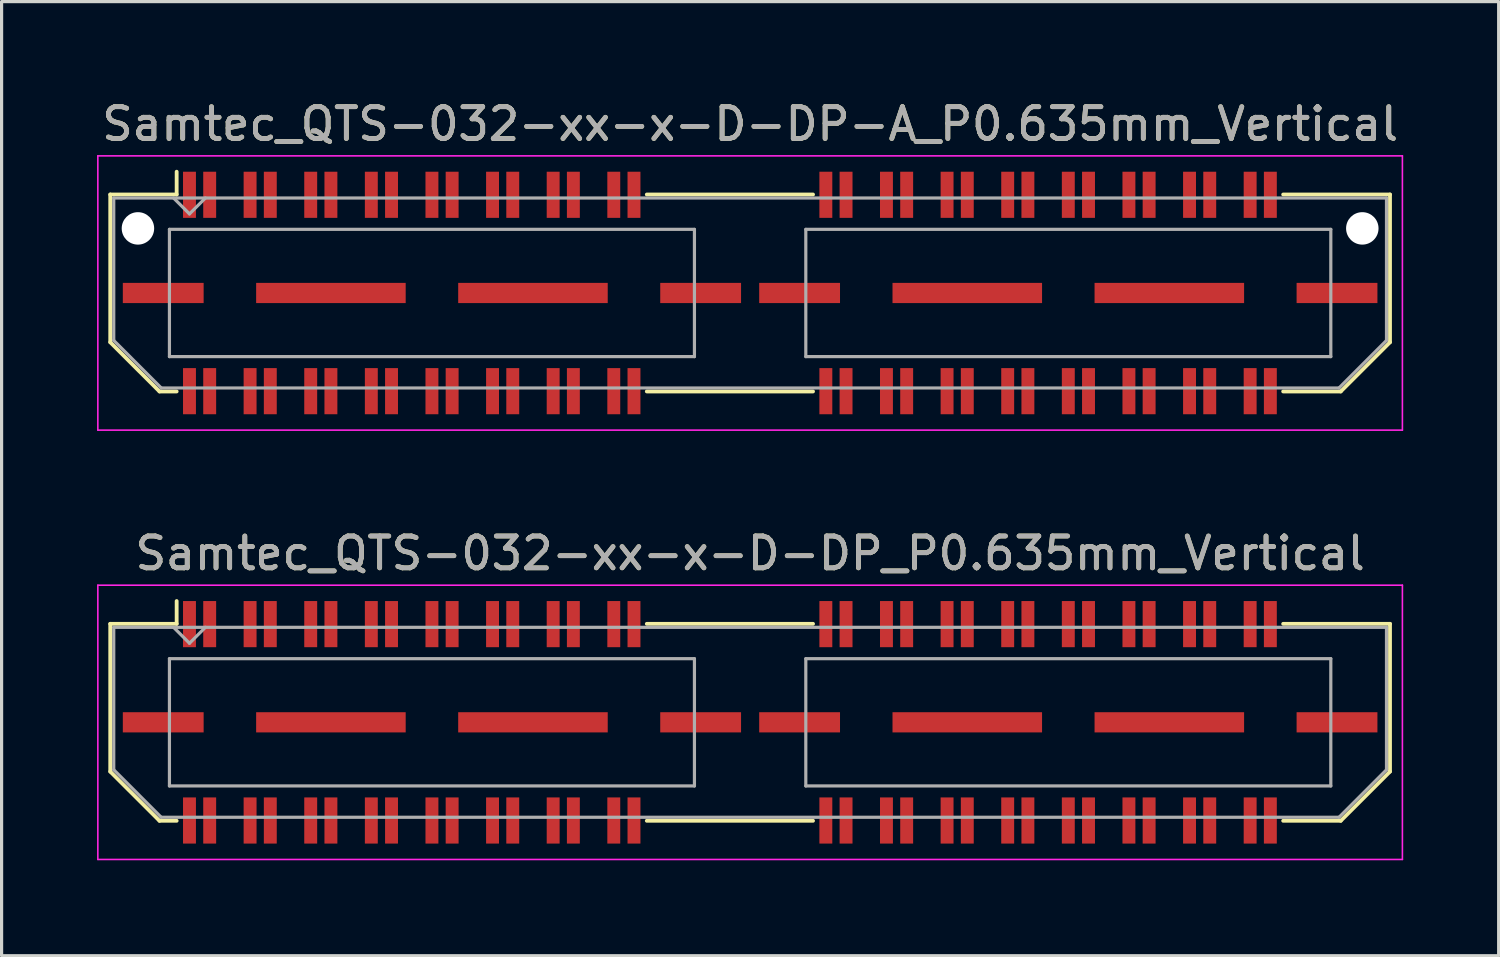
<source format=kicad_pcb>
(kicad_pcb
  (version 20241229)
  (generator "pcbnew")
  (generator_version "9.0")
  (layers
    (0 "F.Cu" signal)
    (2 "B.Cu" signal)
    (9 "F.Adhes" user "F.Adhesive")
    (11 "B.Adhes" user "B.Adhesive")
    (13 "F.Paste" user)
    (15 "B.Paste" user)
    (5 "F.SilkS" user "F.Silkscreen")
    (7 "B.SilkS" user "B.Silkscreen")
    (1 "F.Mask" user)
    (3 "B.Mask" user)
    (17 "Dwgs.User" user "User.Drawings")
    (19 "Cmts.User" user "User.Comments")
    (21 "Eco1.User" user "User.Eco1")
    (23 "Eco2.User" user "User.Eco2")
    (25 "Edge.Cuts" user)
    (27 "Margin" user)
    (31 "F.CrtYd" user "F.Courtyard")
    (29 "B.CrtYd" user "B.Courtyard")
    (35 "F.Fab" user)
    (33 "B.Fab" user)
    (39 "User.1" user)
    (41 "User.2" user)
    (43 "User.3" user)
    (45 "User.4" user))
  (footprint "Samtec_QTS-032-xx-x-D-DP-A_P0.635mm_Vertical"
    (layer "F.Cu")
    (at 20.525 6.158)
    (property "Reference" "Samtec_QTS-032-xx-x-D-DP-A_P0.635mm_Vertical" (at 0 -5.31 0) (layer "F.SilkS") (effects (font (size 1 1) (thickness 0.15))))
    (attr smd)
    (fp_line (start -20.11 -3.095) (end -20.11 1.548) (stroke (width 0.12) (type solid)) (layer "F.SilkS"))
    (fp_line (start -20.11 1.548) (end -18.562 3.095) (stroke (width 0.12) (type solid)) (layer "F.SilkS"))
    (fp_line (start -18.562 3.095) (end -18.023 3.095) (stroke (width 0.12) (type solid)) (layer "F.SilkS"))
    (fp_line (start -18.023 -3.811) (end -18.023 -3.095) (stroke (width 0.12) (type solid)) (layer "F.SilkS"))
    (fp_line (start -18.023 -3.095) (end -20.11 -3.095) (stroke (width 0.12) (type solid)) (layer "F.SilkS"))
    (fp_line (start -3.247 -3.095) (end 1.977 -3.095) (stroke (width 0.12) (type solid)) (layer "F.SilkS"))
    (fp_line (start -3.247 3.095) (end 1.977 3.095) (stroke (width 0.12) (type solid)) (layer "F.SilkS"))
    (fp_line (start 16.753 -3.095) (end 20.11 -3.095) (stroke (width 0.12) (type solid)) (layer "F.SilkS"))
    (fp_line (start 18.562 3.095) (end 16.753 3.095) (stroke (width 0.12) (type solid)) (layer "F.SilkS"))
    (fp_line (start 20.11 -3.095) (end 20.11 1.548) (stroke (width 0.12) (type solid)) (layer "F.SilkS"))
    (fp_line (start 20.11 1.548) (end 18.562 3.095) (stroke (width 0.12) (type solid)) (layer "F.SilkS"))
    (fp_line (start -20.5 -4.31) (end -20.5 4.31) (stroke (width 0.05) (type solid)) (layer "F.CrtYd"))
    (fp_line (start -20.5 4.31) (end 20.5 4.31) (stroke (width 0.05) (type solid)) (layer "F.CrtYd"))
    (fp_line (start 20.5 -4.31) (end -20.5 -4.31) (stroke (width 0.05) (type solid)) (layer "F.CrtYd"))
    (fp_line (start 20.5 4.31) (end 20.5 -4.31) (stroke (width 0.05) (type solid)) (layer "F.CrtYd"))
    (fp_line (start -20 -2.985) (end -20 1.492) (stroke (width 0.1) (type solid)) (layer "F.Fab"))
    (fp_line (start -20 -2.985) (end 20 -2.985) (stroke (width 0.1) (type solid)) (layer "F.Fab"))
    (fp_line (start -20 1.492) (end -18.508 2.985) (stroke (width 0.1) (type solid)) (layer "F.Fab"))
    (fp_line (start -18.508 2.985) (end 18.508 2.985) (stroke (width 0.1) (type solid)) (layer "F.Fab"))
    (fp_line (start -18.25 -2) (end -18.25 2) (stroke (width 0.1) (type solid)) (layer "F.Fab"))
    (fp_line (start -18.25 2) (end -1.75 2) (stroke (width 0.1) (type solid)) (layer "F.Fab"))
    (fp_line (start -17.62 -2.485) (end -18.12 -2.985) (stroke (width 0.1) (type solid)) (layer "F.Fab"))
    (fp_line (start -17.12 -2.985) (end -17.62 -2.485) (stroke (width 0.1) (type solid)) (layer "F.Fab"))
    (fp_line (start -1.75 -2) (end -18.25 -2) (stroke (width 0.1) (type solid)) (layer "F.Fab"))
    (fp_line (start -1.75 2) (end -1.75 -2) (stroke (width 0.1) (type solid)) (layer "F.Fab"))
    (fp_line (start 1.75 -2) (end 1.75 2) (stroke (width 0.1) (type solid)) (layer "F.Fab"))
    (fp_line (start 1.75 2) (end 18.25 2) (stroke (width 0.1) (type solid)) (layer "F.Fab"))
    (fp_line (start 18.25 -2) (end 1.75 -2) (stroke (width 0.1) (type solid)) (layer "F.Fab"))
    (fp_line (start 18.25 2) (end 18.25 -2) (stroke (width 0.1) (type solid)) (layer "F.Fab"))
    (fp_line (start 20 -2.985) (end 20 1.492) (stroke (width 0.1) (type solid)) (layer "F.Fab"))
    (fp_line (start 20 1.492) (end 18.508 2.985) (stroke (width 0.1) (type solid)) (layer "F.Fab"))
    (fp_text user "${REFERENCE}" (at 0 -5.31 0) (layer "F.Fab") (effects (font (size 1 1) (thickness 0.15))))
    (pad "" np_thru_hole circle (at -19.24 -2.03) (size 1.02 1.02) (drill 1.02) (layers "*.Cu" "*.Mask"))
    (pad "" np_thru_hole circle (at 19.24 -2.03) (size 1.02 1.02) (drill 1.02) (layers "*.Cu" "*.Mask"))
    (pad "1" smd rect (at -17.62 -3.086) (size 0.406 1.45) (layers "F.Cu" "F.Mask" "F.Paste"))
    (pad "2" smd rect (at -17.62 3.086) (size 0.406 1.45) (layers "F.Cu" "F.Mask" "F.Paste"))
    (pad "3" smd rect (at -16.985 -3.086) (size 0.406 1.45) (layers "F.Cu" "F.Mask" "F.Paste"))
    (pad "4" smd rect (at -16.985 3.086) (size 0.406 1.45) (layers "F.Cu" "F.Mask" "F.Paste"))
    (pad "5" smd rect (at -15.715 -3.086) (size 0.406 1.45) (layers "F.Cu" "F.Mask" "F.Paste"))
    (pad "6" smd rect (at -15.715 3.086) (size 0.406 1.45) (layers "F.Cu" "F.Mask" "F.Paste"))
    (pad "7" smd rect (at -15.08 -3.086) (size 0.406 1.45) (layers "F.Cu" "F.Mask" "F.Paste"))
    (pad "8" smd rect (at -15.08 3.086) (size 0.406 1.45) (layers "F.Cu" "F.Mask" "F.Paste"))
    (pad "9" smd rect (at -13.81 -3.086) (size 0.406 1.45) (layers "F.Cu" "F.Mask" "F.Paste"))
    (pad "10" smd rect (at -13.81 3.086) (size 0.406 1.45) (layers "F.Cu" "F.Mask" "F.Paste"))
    (pad "11" smd rect (at -13.175 -3.086) (size 0.406 1.45) (layers "F.Cu" "F.Mask" "F.Paste"))
    (pad "12" smd rect (at -13.175 3.086) (size 0.406 1.45) (layers "F.Cu" "F.Mask" "F.Paste"))
    (pad "13" smd rect (at -11.905 -3.086) (size 0.406 1.45) (layers "F.Cu" "F.Mask" "F.Paste"))
    (pad "14" smd rect (at -11.905 3.086) (size 0.406 1.45) (layers "F.Cu" "F.Mask" "F.Paste"))
    (pad "15" smd rect (at -11.27 -3.086) (size 0.406 1.45) (layers "F.Cu" "F.Mask" "F.Paste"))
    (pad "16" smd rect (at -11.27 3.086) (size 0.406 1.45) (layers "F.Cu" "F.Mask" "F.Paste"))
    (pad "17" smd rect (at -10 -3.086) (size 0.406 1.45) (layers "F.Cu" "F.Mask" "F.Paste"))
    (pad "18" smd rect (at -10 3.086) (size 0.406 1.45) (layers "F.Cu" "F.Mask" "F.Paste"))
    (pad "19" smd rect (at -9.365 -3.086) (size 0.406 1.45) (layers "F.Cu" "F.Mask" "F.Paste"))
    (pad "20" smd rect (at -9.365 3.086) (size 0.406 1.45) (layers "F.Cu" "F.Mask" "F.Paste"))
    (pad "21" smd rect (at -8.095 -3.086) (size 0.406 1.45) (layers "F.Cu" "F.Mask" "F.Paste"))
    (pad "22" smd rect (at -8.095 3.086) (size 0.406 1.45) (layers "F.Cu" "F.Mask" "F.Paste"))
    (pad "23" smd rect (at -7.46 -3.086) (size 0.406 1.45) (layers "F.Cu" "F.Mask" "F.Paste"))
    (pad "24" smd rect (at -7.46 3.086) (size 0.406 1.45) (layers "F.Cu" "F.Mask" "F.Paste"))
    (pad "25" smd rect (at -6.19 -3.086) (size 0.406 1.45) (layers "F.Cu" "F.Mask" "F.Paste"))
    (pad "26" smd rect (at -6.19 3.086) (size 0.406 1.45) (layers "F.Cu" "F.Mask" "F.Paste"))
    (pad "27" smd rect (at -5.555 -3.086) (size 0.406 1.45) (layers "F.Cu" "F.Mask" "F.Paste"))
    (pad "28" smd rect (at -5.555 3.086) (size 0.406 1.45) (layers "F.Cu" "F.Mask" "F.Paste"))
    (pad "29" smd rect (at -4.285 -3.086) (size 0.406 1.45) (layers "F.Cu" "F.Mask" "F.Paste"))
    (pad "30" smd rect (at -4.285 3.086) (size 0.406 1.45) (layers "F.Cu" "F.Mask" "F.Paste"))
    (pad "31" smd rect (at -3.65 -3.086) (size 0.406 1.45) (layers "F.Cu" "F.Mask" "F.Paste"))
    (pad "32" smd rect (at -3.65 3.086) (size 0.406 1.45) (layers "F.Cu" "F.Mask" "F.Paste"))
    (pad "33" smd rect (at 2.38 -3.086) (size 0.406 1.45) (layers "F.Cu" "F.Mask" "F.Paste"))
    (pad "34" smd rect (at 2.38 3.086) (size 0.406 1.45) (layers "F.Cu" "F.Mask" "F.Paste"))
    (pad "35" smd rect (at 3.015 -3.086) (size 0.406 1.45) (layers "F.Cu" "F.Mask" "F.Paste"))
    (pad "36" smd rect (at 3.015 3.086) (size 0.406 1.45) (layers "F.Cu" "F.Mask" "F.Paste"))
    (pad "37" smd rect (at 4.285 -3.086) (size 0.406 1.45) (layers "F.Cu" "F.Mask" "F.Paste"))
    (pad "38" smd rect (at 4.285 3.086) (size 0.406 1.45) (layers "F.Cu" "F.Mask" "F.Paste"))
    (pad "39" smd rect (at 4.92 -3.086) (size 0.406 1.45) (layers "F.Cu" "F.Mask" "F.Paste"))
    (pad "40" smd rect (at 4.92 3.086) (size 0.406 1.45) (layers "F.Cu" "F.Mask" "F.Paste"))
    (pad "41" smd rect (at 6.19 -3.086) (size 0.406 1.45) (layers "F.Cu" "F.Mask" "F.Paste"))
    (pad "42" smd rect (at 6.19 3.086) (size 0.406 1.45) (layers "F.Cu" "F.Mask" "F.Paste"))
    (pad "43" smd rect (at 6.825 -3.086) (size 0.406 1.45) (layers "F.Cu" "F.Mask" "F.Paste"))
    (pad "44" smd rect (at 6.825 3.086) (size 0.406 1.45) (layers "F.Cu" "F.Mask" "F.Paste"))
    (pad "45" smd rect (at 8.095 -3.086) (size 0.406 1.45) (layers "F.Cu" "F.Mask" "F.Paste"))
    (pad "46" smd rect (at 8.095 3.086) (size 0.406 1.45) (layers "F.Cu" "F.Mask" "F.Paste"))
    (pad "47" smd rect (at 8.73 -3.086) (size 0.406 1.45) (layers "F.Cu" "F.Mask" "F.Paste"))
    (pad "48" smd rect (at 8.73 3.086) (size 0.406 1.45) (layers "F.Cu" "F.Mask" "F.Paste"))
    (pad "49" smd rect (at 10 -3.086) (size 0.406 1.45) (layers "F.Cu" "F.Mask" "F.Paste"))
    (pad "50" smd rect (at 10 3.086) (size 0.406 1.45) (layers "F.Cu" "F.Mask" "F.Paste"))
    (pad "51" smd rect (at 10.635 -3.086) (size 0.406 1.45) (layers "F.Cu" "F.Mask" "F.Paste"))
    (pad "52" smd rect (at 10.635 3.086) (size 0.406 1.45) (layers "F.Cu" "F.Mask" "F.Paste"))
    (pad "53" smd rect (at 11.905 -3.086) (size 0.406 1.45) (layers "F.Cu" "F.Mask" "F.Paste"))
    (pad "54" smd rect (at 11.905 3.086) (size 0.406 1.45) (layers "F.Cu" "F.Mask" "F.Paste"))
    (pad "55" smd rect (at 12.54 -3.086) (size 0.406 1.45) (layers "F.Cu" "F.Mask" "F.Paste"))
    (pad "56" smd rect (at 12.54 3.086) (size 0.406 1.45) (layers "F.Cu" "F.Mask" "F.Paste"))
    (pad "57" smd rect (at 13.81 -3.086) (size 0.406 1.45) (layers "F.Cu" "F.Mask" "F.Paste"))
    (pad "58" smd rect (at 13.81 3.086) (size 0.406 1.45) (layers "F.Cu" "F.Mask" "F.Paste"))
    (pad "59" smd rect (at 14.445 -3.086) (size 0.406 1.45) (layers "F.Cu" "F.Mask" "F.Paste"))
    (pad "60" smd rect (at 14.445 3.086) (size 0.406 1.45) (layers "F.Cu" "F.Mask" "F.Paste"))
    (pad "61" smd rect (at 15.715 -3.086) (size 0.406 1.45) (layers "F.Cu" "F.Mask" "F.Paste"))
    (pad "62" smd rect (at 15.715 3.086) (size 0.406 1.45) (layers "F.Cu" "F.Mask" "F.Paste"))
    (pad "63" smd rect (at 16.35 -3.086) (size 0.406 1.45) (layers "F.Cu" "F.Mask" "F.Paste"))
    (pad "64" smd rect (at 16.35 3.086) (size 0.406 1.45) (layers "F.Cu" "F.Mask" "F.Paste"))
    (pad "P1" smd rect (at -18.445 0) (size 2.54 0.635) (layers "F.Cu" "F.Mask" "F.Paste"))
    (pad "P1" smd rect (at -13.175 0) (size 4.7 0.635) (layers "F.Cu" "F.Mask" "F.Paste"))
    (pad "P1" smd rect (at -6.825 0) (size 4.7 0.635) (layers "F.Cu" "F.Mask" "F.Paste"))
    (pad "P1" smd rect (at -1.555 0) (size 2.54 0.635) (layers "F.Cu" "F.Mask" "F.Paste"))
    (pad "P2" smd rect (at 1.555 0) (size 2.54 0.635) (layers "F.Cu" "F.Mask" "F.Paste"))
    (pad "P2" smd rect (at 6.825 0) (size 4.7 0.635) (layers "F.Cu" "F.Mask" "F.Paste"))
    (pad "P2" smd rect (at 13.175 0) (size 4.7 0.635) (layers "F.Cu" "F.Mask" "F.Paste"))
    (pad "P2" smd rect (at 18.445 0) (size 2.54 0.635) (layers "F.Cu" "F.Mask" "F.Paste")))
  (footprint "Samtec_QTS-032-xx-x-D-DP_P0.635mm_Vertical"
    (layer "F.Cu")
    (at 20.525 19.651)
    (property "Reference" "Samtec_QTS-032-xx-x-D-DP_P0.635mm_Vertical" (at 0 -5.31 0) (layer "F.SilkS") (effects (font (size 1 1) (thickness 0.15))))
    (attr smd)
    (fp_line (start -20.11 -3.095) (end -20.11 1.548) (stroke (width 0.12) (type solid)) (layer "F.SilkS"))
    (fp_line (start -20.11 1.548) (end -18.562 3.095) (stroke (width 0.12) (type solid)) (layer "F.SilkS"))
    (fp_line (start -18.562 3.095) (end -18.023 3.095) (stroke (width 0.12) (type solid)) (layer "F.SilkS"))
    (fp_line (start -18.023 -3.811) (end -18.023 -3.095) (stroke (width 0.12) (type solid)) (layer "F.SilkS"))
    (fp_line (start -18.023 -3.095) (end -20.11 -3.095) (stroke (width 0.12) (type solid)) (layer "F.SilkS"))
    (fp_line (start -3.247 -3.095) (end 1.977 -3.095) (stroke (width 0.12) (type solid)) (layer "F.SilkS"))
    (fp_line (start -3.247 3.095) (end 1.977 3.095) (stroke (width 0.12) (type solid)) (layer "F.SilkS"))
    (fp_line (start 16.753 -3.095) (end 20.11 -3.095) (stroke (width 0.12) (type solid)) (layer "F.SilkS"))
    (fp_line (start 18.562 3.095) (end 16.753 3.095) (stroke (width 0.12) (type solid)) (layer "F.SilkS"))
    (fp_line (start 20.11 -3.095) (end 20.11 1.548) (stroke (width 0.12) (type solid)) (layer "F.SilkS"))
    (fp_line (start 20.11 1.548) (end 18.562 3.095) (stroke (width 0.12) (type solid)) (layer "F.SilkS"))
    (fp_line (start -20.5 -4.31) (end -20.5 4.31) (stroke (width 0.05) (type solid)) (layer "F.CrtYd"))
    (fp_line (start -20.5 4.31) (end 20.5 4.31) (stroke (width 0.05) (type solid)) (layer "F.CrtYd"))
    (fp_line (start 20.5 -4.31) (end -20.5 -4.31) (stroke (width 0.05) (type solid)) (layer "F.CrtYd"))
    (fp_line (start 20.5 4.31) (end 20.5 -4.31) (stroke (width 0.05) (type solid)) (layer "F.CrtYd"))
    (fp_line (start -20 -2.985) (end -20 1.492) (stroke (width 0.1) (type solid)) (layer "F.Fab"))
    (fp_line (start -20 -2.985) (end 20 -2.985) (stroke (width 0.1) (type solid)) (layer "F.Fab"))
    (fp_line (start -20 1.492) (end -18.508 2.985) (stroke (width 0.1) (type solid)) (layer "F.Fab"))
    (fp_line (start -18.508 2.985) (end 18.508 2.985) (stroke (width 0.1) (type solid)) (layer "F.Fab"))
    (fp_line (start -18.25 -2) (end -18.25 2) (stroke (width 0.1) (type solid)) (layer "F.Fab"))
    (fp_line (start -18.25 2) (end -1.75 2) (stroke (width 0.1) (type solid)) (layer "F.Fab"))
    (fp_line (start -17.62 -2.485) (end -18.12 -2.985) (stroke (width 0.1) (type solid)) (layer "F.Fab"))
    (fp_line (start -17.12 -2.985) (end -17.62 -2.485) (stroke (width 0.1) (type solid)) (layer "F.Fab"))
    (fp_line (start -1.75 -2) (end -18.25 -2) (stroke (width 0.1) (type solid)) (layer "F.Fab"))
    (fp_line (start -1.75 2) (end -1.75 -2) (stroke (width 0.1) (type solid)) (layer "F.Fab"))
    (fp_line (start 1.75 -2) (end 1.75 2) (stroke (width 0.1) (type solid)) (layer "F.Fab"))
    (fp_line (start 1.75 2) (end 18.25 2) (stroke (width 0.1) (type solid)) (layer "F.Fab"))
    (fp_line (start 18.25 -2) (end 1.75 -2) (stroke (width 0.1) (type solid)) (layer "F.Fab"))
    (fp_line (start 18.25 2) (end 18.25 -2) (stroke (width 0.1) (type solid)) (layer "F.Fab"))
    (fp_line (start 20 -2.985) (end 20 1.492) (stroke (width 0.1) (type solid)) (layer "F.Fab"))
    (fp_line (start 20 1.492) (end 18.508 2.985) (stroke (width 0.1) (type solid)) (layer "F.Fab"))
    (fp_text user "${REFERENCE}" (at 0 -5.31 0) (layer "F.Fab") (effects (font (size 1 1) (thickness 0.15))))
    (pad "1" smd rect (at -17.62 -3.086) (size 0.406 1.45) (layers "F.Cu" "F.Mask" "F.Paste"))
    (pad "2" smd rect (at -17.62 3.086) (size 0.406 1.45) (layers "F.Cu" "F.Mask" "F.Paste"))
    (pad "3" smd rect (at -16.985 -3.086) (size 0.406 1.45) (layers "F.Cu" "F.Mask" "F.Paste"))
    (pad "4" smd rect (at -16.985 3.086) (size 0.406 1.45) (layers "F.Cu" "F.Mask" "F.Paste"))
    (pad "5" smd rect (at -15.715 -3.086) (size 0.406 1.45) (layers "F.Cu" "F.Mask" "F.Paste"))
    (pad "6" smd rect (at -15.715 3.086) (size 0.406 1.45) (layers "F.Cu" "F.Mask" "F.Paste"))
    (pad "7" smd rect (at -15.08 -3.086) (size 0.406 1.45) (layers "F.Cu" "F.Mask" "F.Paste"))
    (pad "8" smd rect (at -15.08 3.086) (size 0.406 1.45) (layers "F.Cu" "F.Mask" "F.Paste"))
    (pad "9" smd rect (at -13.81 -3.086) (size 0.406 1.45) (layers "F.Cu" "F.Mask" "F.Paste"))
    (pad "10" smd rect (at -13.81 3.086) (size 0.406 1.45) (layers "F.Cu" "F.Mask" "F.Paste"))
    (pad "11" smd rect (at -13.175 -3.086) (size 0.406 1.45) (layers "F.Cu" "F.Mask" "F.Paste"))
    (pad "12" smd rect (at -13.175 3.086) (size 0.406 1.45) (layers "F.Cu" "F.Mask" "F.Paste"))
    (pad "13" smd rect (at -11.905 -3.086) (size 0.406 1.45) (layers "F.Cu" "F.Mask" "F.Paste"))
    (pad "14" smd rect (at -11.905 3.086) (size 0.406 1.45) (layers "F.Cu" "F.Mask" "F.Paste"))
    (pad "15" smd rect (at -11.27 -3.086) (size 0.406 1.45) (layers "F.Cu" "F.Mask" "F.Paste"))
    (pad "16" smd rect (at -11.27 3.086) (size 0.406 1.45) (layers "F.Cu" "F.Mask" "F.Paste"))
    (pad "17" smd rect (at -10 -3.086) (size 0.406 1.45) (layers "F.Cu" "F.Mask" "F.Paste"))
    (pad "18" smd rect (at -10 3.086) (size 0.406 1.45) (layers "F.Cu" "F.Mask" "F.Paste"))
    (pad "19" smd rect (at -9.365 -3.086) (size 0.406 1.45) (layers "F.Cu" "F.Mask" "F.Paste"))
    (pad "20" smd rect (at -9.365 3.086) (size 0.406 1.45) (layers "F.Cu" "F.Mask" "F.Paste"))
    (pad "21" smd rect (at -8.095 -3.086) (size 0.406 1.45) (layers "F.Cu" "F.Mask" "F.Paste"))
    (pad "22" smd rect (at -8.095 3.086) (size 0.406 1.45) (layers "F.Cu" "F.Mask" "F.Paste"))
    (pad "23" smd rect (at -7.46 -3.086) (size 0.406 1.45) (layers "F.Cu" "F.Mask" "F.Paste"))
    (pad "24" smd rect (at -7.46 3.086) (size 0.406 1.45) (layers "F.Cu" "F.Mask" "F.Paste"))
    (pad "25" smd rect (at -6.19 -3.086) (size 0.406 1.45) (layers "F.Cu" "F.Mask" "F.Paste"))
    (pad "26" smd rect (at -6.19 3.086) (size 0.406 1.45) (layers "F.Cu" "F.Mask" "F.Paste"))
    (pad "27" smd rect (at -5.555 -3.086) (size 0.406 1.45) (layers "F.Cu" "F.Mask" "F.Paste"))
    (pad "28" smd rect (at -5.555 3.086) (size 0.406 1.45) (layers "F.Cu" "F.Mask" "F.Paste"))
    (pad "29" smd rect (at -4.285 -3.086) (size 0.406 1.45) (layers "F.Cu" "F.Mask" "F.Paste"))
    (pad "30" smd rect (at -4.285 3.086) (size 0.406 1.45) (layers "F.Cu" "F.Mask" "F.Paste"))
    (pad "31" smd rect (at -3.65 -3.086) (size 0.406 1.45) (layers "F.Cu" "F.Mask" "F.Paste"))
    (pad "32" smd rect (at -3.65 3.086) (size 0.406 1.45) (layers "F.Cu" "F.Mask" "F.Paste"))
    (pad "33" smd rect (at 2.38 -3.086) (size 0.406 1.45) (layers "F.Cu" "F.Mask" "F.Paste"))
    (pad "34" smd rect (at 2.38 3.086) (size 0.406 1.45) (layers "F.Cu" "F.Mask" "F.Paste"))
    (pad "35" smd rect (at 3.015 -3.086) (size 0.406 1.45) (layers "F.Cu" "F.Mask" "F.Paste"))
    (pad "36" smd rect (at 3.015 3.086) (size 0.406 1.45) (layers "F.Cu" "F.Mask" "F.Paste"))
    (pad "37" smd rect (at 4.285 -3.086) (size 0.406 1.45) (layers "F.Cu" "F.Mask" "F.Paste"))
    (pad "38" smd rect (at 4.285 3.086) (size 0.406 1.45) (layers "F.Cu" "F.Mask" "F.Paste"))
    (pad "39" smd rect (at 4.92 -3.086) (size 0.406 1.45) (layers "F.Cu" "F.Mask" "F.Paste"))
    (pad "40" smd rect (at 4.92 3.086) (size 0.406 1.45) (layers "F.Cu" "F.Mask" "F.Paste"))
    (pad "41" smd rect (at 6.19 -3.086) (size 0.406 1.45) (layers "F.Cu" "F.Mask" "F.Paste"))
    (pad "42" smd rect (at 6.19 3.086) (size 0.406 1.45) (layers "F.Cu" "F.Mask" "F.Paste"))
    (pad "43" smd rect (at 6.825 -3.086) (size 0.406 1.45) (layers "F.Cu" "F.Mask" "F.Paste"))
    (pad "44" smd rect (at 6.825 3.086) (size 0.406 1.45) (layers "F.Cu" "F.Mask" "F.Paste"))
    (pad "45" smd rect (at 8.095 -3.086) (size 0.406 1.45) (layers "F.Cu" "F.Mask" "F.Paste"))
    (pad "46" smd rect (at 8.095 3.086) (size 0.406 1.45) (layers "F.Cu" "F.Mask" "F.Paste"))
    (pad "47" smd rect (at 8.73 -3.086) (size 0.406 1.45) (layers "F.Cu" "F.Mask" "F.Paste"))
    (pad "48" smd rect (at 8.73 3.086) (size 0.406 1.45) (layers "F.Cu" "F.Mask" "F.Paste"))
    (pad "49" smd rect (at 10 -3.086) (size 0.406 1.45) (layers "F.Cu" "F.Mask" "F.Paste"))
    (pad "50" smd rect (at 10 3.086) (size 0.406 1.45) (layers "F.Cu" "F.Mask" "F.Paste"))
    (pad "51" smd rect (at 10.635 -3.086) (size 0.406 1.45) (layers "F.Cu" "F.Mask" "F.Paste"))
    (pad "52" smd rect (at 10.635 3.086) (size 0.406 1.45) (layers "F.Cu" "F.Mask" "F.Paste"))
    (pad "53" smd rect (at 11.905 -3.086) (size 0.406 1.45) (layers "F.Cu" "F.Mask" "F.Paste"))
    (pad "54" smd rect (at 11.905 3.086) (size 0.406 1.45) (layers "F.Cu" "F.Mask" "F.Paste"))
    (pad "55" smd rect (at 12.54 -3.086) (size 0.406 1.45) (layers "F.Cu" "F.Mask" "F.Paste"))
    (pad "56" smd rect (at 12.54 3.086) (size 0.406 1.45) (layers "F.Cu" "F.Mask" "F.Paste"))
    (pad "57" smd rect (at 13.81 -3.086) (size 0.406 1.45) (layers "F.Cu" "F.Mask" "F.Paste"))
    (pad "58" smd rect (at 13.81 3.086) (size 0.406 1.45) (layers "F.Cu" "F.Mask" "F.Paste"))
    (pad "59" smd rect (at 14.445 -3.086) (size 0.406 1.45) (layers "F.Cu" "F.Mask" "F.Paste"))
    (pad "60" smd rect (at 14.445 3.086) (size 0.406 1.45) (layers "F.Cu" "F.Mask" "F.Paste"))
    (pad "61" smd rect (at 15.715 -3.086) (size 0.406 1.45) (layers "F.Cu" "F.Mask" "F.Paste"))
    (pad "62" smd rect (at 15.715 3.086) (size 0.406 1.45) (layers "F.Cu" "F.Mask" "F.Paste"))
    (pad "63" smd rect (at 16.35 -3.086) (size 0.406 1.45) (layers "F.Cu" "F.Mask" "F.Paste"))
    (pad "64" smd rect (at 16.35 3.086) (size 0.406 1.45) (layers "F.Cu" "F.Mask" "F.Paste"))
    (pad "P1" smd rect (at -18.445 0) (size 2.54 0.635) (layers "F.Cu" "F.Mask" "F.Paste"))
    (pad "P1" smd rect (at -13.175 0) (size 4.7 0.635) (layers "F.Cu" "F.Mask" "F.Paste"))
    (pad "P1" smd rect (at -6.825 0) (size 4.7 0.635) (layers "F.Cu" "F.Mask" "F.Paste"))
    (pad "P1" smd rect (at -1.555 0) (size 2.54 0.635) (layers "F.Cu" "F.Mask" "F.Paste"))
    (pad "P2" smd rect (at 1.555 0) (size 2.54 0.635) (layers "F.Cu" "F.Mask" "F.Paste"))
    (pad "P2" smd rect (at 6.825 0) (size 4.7 0.635) (layers "F.Cu" "F.Mask" "F.Paste"))
    (pad "P2" smd rect (at 13.175 0) (size 4.7 0.635) (layers "F.Cu" "F.Mask" "F.Paste"))
    (pad "P2" smd rect (at 18.445 0) (size 2.54 0.635) (layers "F.Cu" "F.Mask" "F.Paste")))
  (gr_rect
    (start -3 -3)
    (end 44.05 26.986)
    (stroke (width 0.1) (type default))
    (fill no)
    (layer "Edge.Cuts")))
</source>
